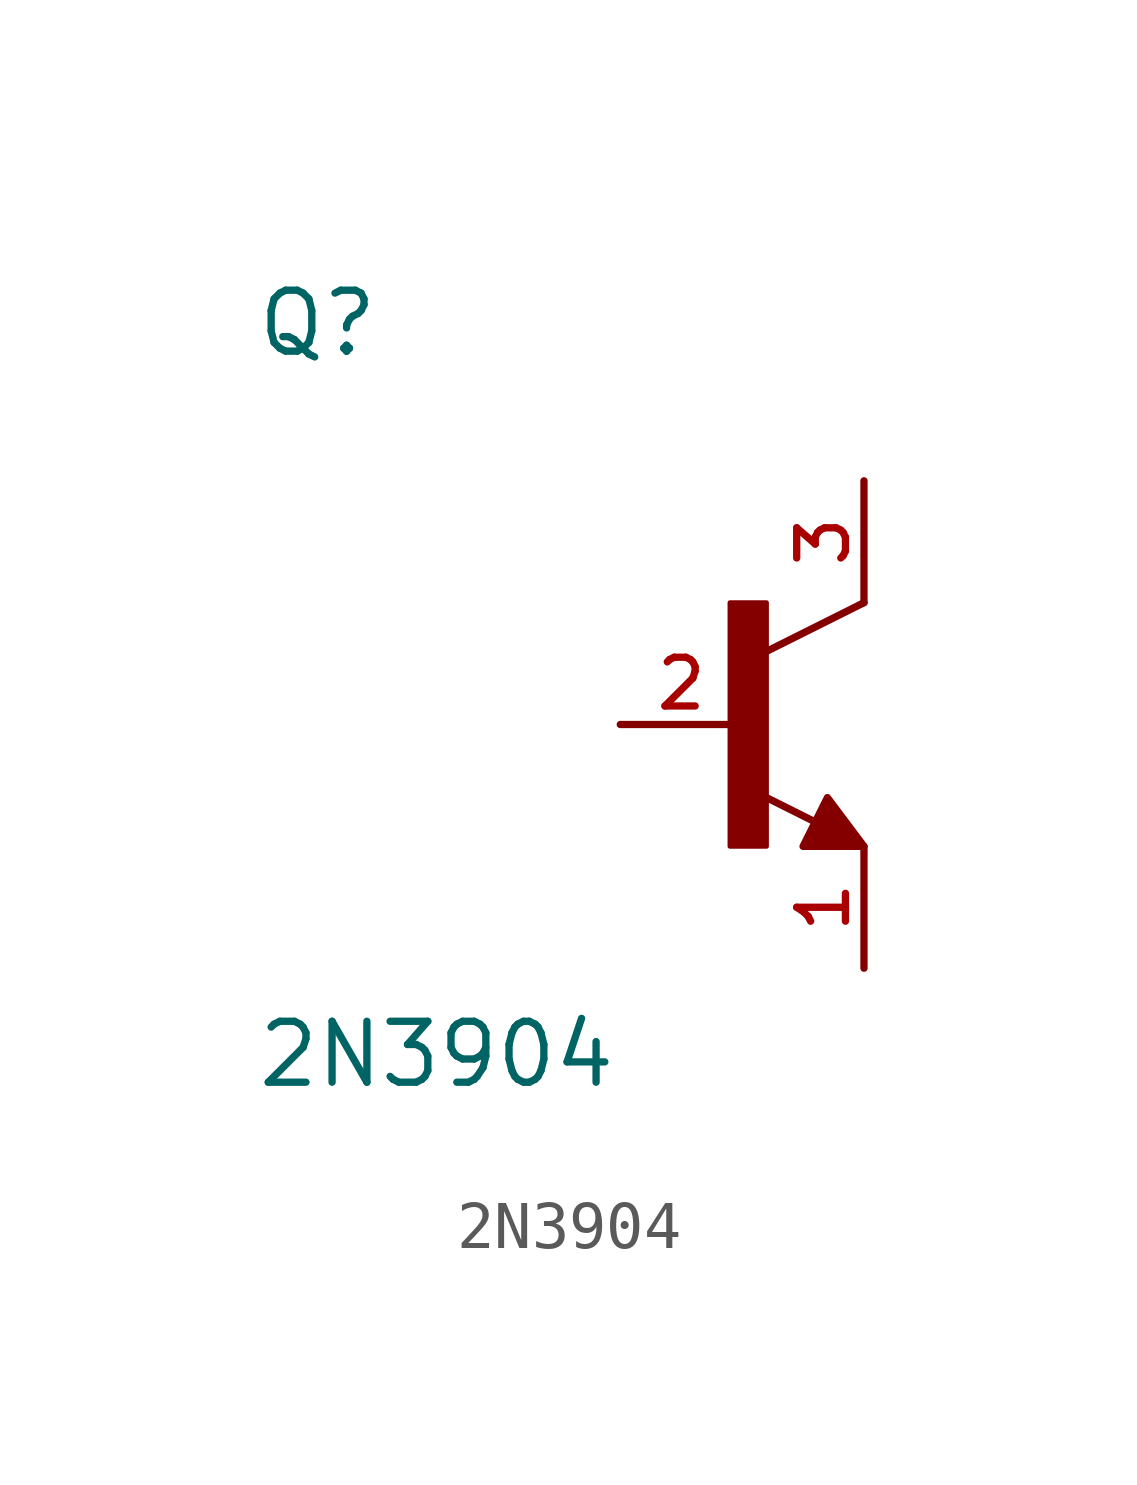
<source format=kicad_sym>
(kicad_symbol_lib
  (version 20211014)
  (generator kicad_symbol_editor)
  (symbol "2N3904"
    (pin_names
      (offset 1.016))
    (property "Reference" "Q"
      (at -10.16 7.62 0)
      (effects (font (size 1.27 1.27)) (justify bottom left)))
    (property "Value" "2N3904"
      (at -10.16 -7.62 0)
      (effects (font (size 1.27 1.27)) (justify bottom left)))
    (symbol "2N3904_0_0"
      (polyline (pts (xy 2.54 2.54) (xy 0.508 1.524)) (stroke (width 0.152)))
      (polyline (pts (xy 1.54 -2.04) (xy 0.308 -1.424)) (stroke (width 0.152)))
      (rectangle (start -0.254 -2.54) (end 0.508 2.54) (stroke (width 0.1)) (fill (type outline)))
      (polyline (pts (xy 1.27 -2.54) (xy 1.778 -1.524) (xy 2.54 -2.54) (xy 1.27 -2.54)) (stroke (width 0.152)) (fill (type outline)))
      (pin passive line (at -2.54 0.0 0) (length 2.54) (name "~" (effects (font (size 1.016 1.016)))) (number "2" (effects (font (size 1.016 1.016)))))
      (pin passive line (at 2.54 -5.08 90.0) (length 2.54) (name "~" (effects (font (size 1.016 1.016)))) (number "1" (effects (font (size 1.016 1.016)))))
      (pin passive line (at 2.54 5.08 270.0) (length 2.54) (name "~" (effects (font (size 1.016 1.016)))) (number "3" (effects (font (size 1.016 1.016))))))))
</source>
